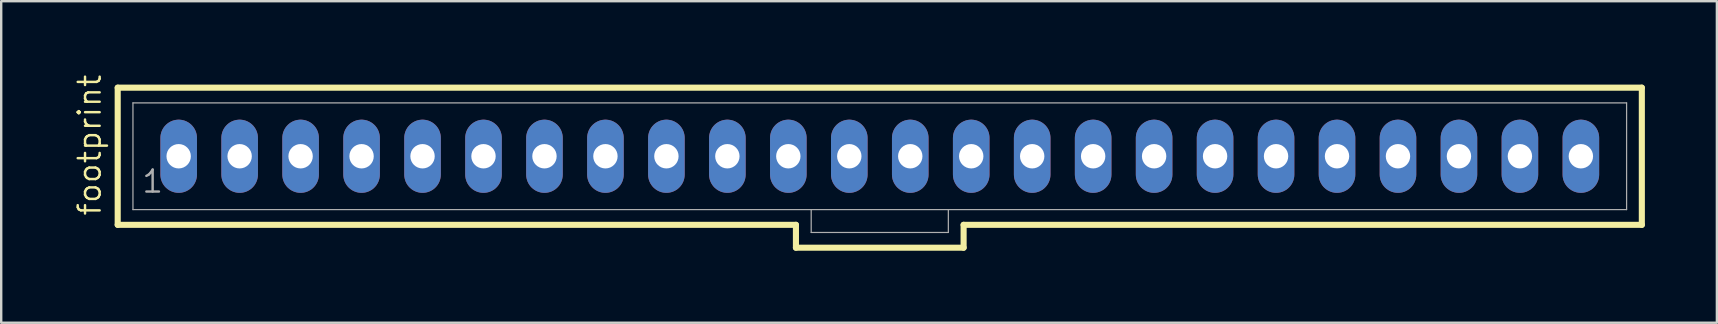
<source format=kicad_pcb>
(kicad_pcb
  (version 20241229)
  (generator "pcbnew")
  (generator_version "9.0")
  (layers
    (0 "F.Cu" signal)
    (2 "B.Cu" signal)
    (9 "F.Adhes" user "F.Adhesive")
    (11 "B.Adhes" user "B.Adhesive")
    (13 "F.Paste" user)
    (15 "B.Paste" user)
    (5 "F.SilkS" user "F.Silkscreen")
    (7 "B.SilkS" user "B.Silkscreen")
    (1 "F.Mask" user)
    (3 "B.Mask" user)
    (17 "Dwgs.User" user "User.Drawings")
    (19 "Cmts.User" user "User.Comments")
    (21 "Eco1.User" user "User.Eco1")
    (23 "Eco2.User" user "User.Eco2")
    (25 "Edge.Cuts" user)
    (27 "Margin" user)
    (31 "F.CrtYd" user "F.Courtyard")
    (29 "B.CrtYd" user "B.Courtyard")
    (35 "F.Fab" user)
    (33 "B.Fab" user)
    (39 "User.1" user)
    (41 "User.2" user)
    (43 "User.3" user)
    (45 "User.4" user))
  (footprint "footprint"
    (layer "F.Cu")
    (at 33.604 3.46)
    (property "Reference" "footprint" (at -32.385 2.54 90) (layer "F.SilkS") (effects (font (size 0.914 0.914) (thickness 0.102)) (justify left bottom)))
    (fp_line (start -31.75 -2.857) (end -31.75 2.857) (stroke (width 0.254) (type solid)) (layer "F.SilkS"))
    (fp_line (start -31.75 2.857) (end -3.493 2.857) (stroke (width 0.254) (type solid)) (layer "F.SilkS"))
    (fp_line (start -3.493 2.857) (end -3.493 3.81) (stroke (width 0.254) (type solid)) (layer "F.SilkS"))
    (fp_line (start -3.493 3.81) (end 3.493 3.81) (stroke (width 0.254) (type solid)) (layer "F.SilkS"))
    (fp_line (start 3.493 2.857) (end 31.75 2.857) (stroke (width 0.254) (type solid)) (layer "F.SilkS"))
    (fp_line (start 3.493 3.81) (end 3.493 2.857) (stroke (width 0.254) (type solid)) (layer "F.SilkS"))
    (fp_line (start 31.75 -2.857) (end -31.75 -2.857) (stroke (width 0.254) (type solid)) (layer "F.SilkS"))
    (fp_line (start 31.75 2.857) (end 31.75 -2.857) (stroke (width 0.254) (type solid)) (layer "F.SilkS"))
    (fp_line (start -31.115 -2.223) (end -31.115 2.223) (stroke (width 0.051) (type solid)) (layer "F.Fab"))
    (fp_line (start -31.115 -2.223) (end 31.115 -2.223) (stroke (width 0.051) (type solid)) (layer "F.Fab"))
    (fp_line (start -31.115 2.223) (end -2.857 2.223) (stroke (width 0.051) (type solid)) (layer "F.Fab"))
    (fp_line (start -2.857 2.223) (end -2.857 3.175) (stroke (width 0.051) (type solid)) (layer "F.Fab"))
    (fp_line (start -2.857 2.223) (end 2.857 2.223) (stroke (width 0.051) (type solid)) (layer "F.Fab"))
    (fp_line (start 2.857 2.223) (end 2.857 3.175) (stroke (width 0.051) (type solid)) (layer "F.Fab"))
    (fp_line (start 2.857 2.223) (end 31.115 2.223) (stroke (width 0.051) (type solid)) (layer "F.Fab"))
    (fp_line (start 2.857 3.175) (end -2.857 3.175) (stroke (width 0.051) (type solid)) (layer "F.Fab"))
    (fp_line (start 31.115 -2.223) (end 31.115 2.223) (stroke (width 0.051) (type solid)) (layer "F.Fab"))
    (fp_poly (pts (xy -29.448 0.238) (xy -28.972 0.238) (xy -28.972 -0.238) (xy -29.448 -0.238)) (stroke (width 0.1) (type solid)) (fill no) (layer "F.Fab"))
    (fp_poly (pts (xy -26.908 0.238) (xy -26.432 0.238) (xy -26.432 -0.238) (xy -26.908 -0.238)) (stroke (width 0.1) (type solid)) (fill no) (layer "F.Fab"))
    (fp_poly (pts (xy -24.368 0.238) (xy -23.892 0.238) (xy -23.892 -0.238) (xy -24.368 -0.238)) (stroke (width 0.1) (type solid)) (fill no) (layer "F.Fab"))
    (fp_poly (pts (xy -21.828 0.238) (xy -21.352 0.238) (xy -21.352 -0.238) (xy -21.828 -0.238)) (stroke (width 0.1) (type solid)) (fill no) (layer "F.Fab"))
    (fp_poly (pts (xy -19.288 0.238) (xy -18.812 0.238) (xy -18.812 -0.238) (xy -19.288 -0.238)) (stroke (width 0.1) (type solid)) (fill no) (layer "F.Fab"))
    (fp_poly (pts (xy -16.748 0.238) (xy -16.272 0.238) (xy -16.272 -0.238) (xy -16.748 -0.238)) (stroke (width 0.1) (type solid)) (fill no) (layer "F.Fab"))
    (fp_poly (pts (xy -14.208 0.238) (xy -13.732 0.238) (xy -13.732 -0.238) (xy -14.208 -0.238)) (stroke (width 0.1) (type solid)) (fill no) (layer "F.Fab"))
    (fp_poly (pts (xy -11.668 0.238) (xy -11.192 0.238) (xy -11.192 -0.238) (xy -11.668 -0.238)) (stroke (width 0.1) (type solid)) (fill no) (layer "F.Fab"))
    (fp_poly (pts (xy -9.128 0.238) (xy -8.652 0.238) (xy -8.652 -0.238) (xy -9.128 -0.238)) (stroke (width 0.1) (type solid)) (fill no) (layer "F.Fab"))
    (fp_poly (pts (xy -6.588 0.238) (xy -6.112 0.238) (xy -6.112 -0.238) (xy -6.588 -0.238)) (stroke (width 0.1) (type solid)) (fill no) (layer "F.Fab"))
    (fp_poly (pts (xy -4.048 0.238) (xy -3.572 0.238) (xy -3.572 -0.238) (xy -4.048 -0.238)) (stroke (width 0.1) (type solid)) (fill no) (layer "F.Fab"))
    (fp_poly (pts (xy -1.508 0.238) (xy -1.032 0.238) (xy -1.032 -0.238) (xy -1.508 -0.238)) (stroke (width 0.1) (type solid)) (fill no) (layer "F.Fab"))
    (fp_poly (pts (xy 1.032 0.238) (xy 1.508 0.238) (xy 1.508 -0.238) (xy 1.032 -0.238)) (stroke (width 0.1) (type solid)) (fill no) (layer "F.Fab"))
    (fp_poly (pts (xy 3.572 0.238) (xy 4.048 0.238) (xy 4.048 -0.238) (xy 3.572 -0.238)) (stroke (width 0.1) (type solid)) (fill no) (layer "F.Fab"))
    (fp_poly (pts (xy 6.112 0.238) (xy 6.588 0.238) (xy 6.588 -0.238) (xy 6.112 -0.238)) (stroke (width 0.1) (type solid)) (fill no) (layer "F.Fab"))
    (fp_poly (pts (xy 8.652 0.238) (xy 9.128 0.238) (xy 9.128 -0.238) (xy 8.652 -0.238)) (stroke (width 0.1) (type solid)) (fill no) (layer "F.Fab"))
    (fp_poly (pts (xy 11.192 0.238) (xy 11.668 0.238) (xy 11.668 -0.238) (xy 11.192 -0.238)) (stroke (width 0.1) (type solid)) (fill no) (layer "F.Fab"))
    (fp_poly (pts (xy 13.732 0.238) (xy 14.208 0.238) (xy 14.208 -0.238) (xy 13.732 -0.238)) (stroke (width 0.1) (type solid)) (fill no) (layer "F.Fab"))
    (fp_poly (pts (xy 16.272 0.238) (xy 16.748 0.238) (xy 16.748 -0.238) (xy 16.272 -0.238)) (stroke (width 0.1) (type solid)) (fill no) (layer "F.Fab"))
    (fp_poly (pts (xy 18.812 0.238) (xy 19.288 0.238) (xy 19.288 -0.238) (xy 18.812 -0.238)) (stroke (width 0.1) (type solid)) (fill no) (layer "F.Fab"))
    (fp_poly (pts (xy 21.352 0.238) (xy 21.828 0.238) (xy 21.828 -0.238) (xy 21.352 -0.238)) (stroke (width 0.1) (type solid)) (fill no) (layer "F.Fab"))
    (fp_poly (pts (xy 23.892 0.238) (xy 24.368 0.238) (xy 24.368 -0.238) (xy 23.892 -0.238)) (stroke (width 0.1) (type solid)) (fill no) (layer "F.Fab"))
    (fp_poly (pts (xy 26.432 0.238) (xy 26.908 0.238) (xy 26.908 -0.238) (xy 26.432 -0.238)) (stroke (width 0.1) (type solid)) (fill no) (layer "F.Fab"))
    (fp_poly (pts (xy 28.972 0.238) (xy 29.448 0.238) (xy 29.448 -0.238) (xy 28.972 -0.238)) (stroke (width 0.1) (type solid)) (fill no) (layer "F.Fab"))
    (fp_text user "1" (at -30.797 1.587 0) (layer "F.Fab") (effects (font (size 0.914 0.914) (thickness 0.102)) (justify left bottom)))
    (pad "1" thru_hole oval (at -29.21 0 90) (size 3.048 1.524) (drill 1.016) (layers "*.Cu" "*.Mask"))
    (pad "2" thru_hole oval (at -26.67 0 90) (size 3.048 1.524) (drill 1.016) (layers "*.Cu" "*.Mask"))
    (pad "3" thru_hole oval (at -24.13 0 90) (size 3.048 1.524) (drill 1.016) (layers "*.Cu" "*.Mask"))
    (pad "4" thru_hole oval (at -21.59 0 90) (size 3.048 1.524) (drill 1.016) (layers "*.Cu" "*.Mask"))
    (pad "5" thru_hole oval (at -19.05 0 90) (size 3.048 1.524) (drill 1.016) (layers "*.Cu" "*.Mask"))
    (pad "6" thru_hole oval (at -16.51 0 90) (size 3.048 1.524) (drill 1.016) (layers "*.Cu" "*.Mask"))
    (pad "7" thru_hole oval (at -13.97 0 90) (size 3.048 1.524) (drill 1.016) (layers "*.Cu" "*.Mask"))
    (pad "8" thru_hole oval (at -11.43 0 90) (size 3.048 1.524) (drill 1.016) (layers "*.Cu" "*.Mask"))
    (pad "9" thru_hole oval (at -8.89 0 90) (size 3.048 1.524) (drill 1.016) (layers "*.Cu" "*.Mask"))
    (pad "10" thru_hole oval (at -6.35 0 90) (size 3.048 1.524) (drill 1.016) (layers "*.Cu" "*.Mask"))
    (pad "11" thru_hole oval (at -3.81 0 90) (size 3.048 1.524) (drill 1.016) (layers "*.Cu" "*.Mask"))
    (pad "12" thru_hole oval (at -1.27 0 90) (size 3.048 1.524) (drill 1.016) (layers "*.Cu" "*.Mask"))
    (pad "13" thru_hole oval (at 1.27 0 90) (size 3.048 1.524) (drill 1.016) (layers "*.Cu" "*.Mask"))
    (pad "14" thru_hole oval (at 3.81 0 90) (size 3.048 1.524) (drill 1.016) (layers "*.Cu" "*.Mask"))
    (pad "15" thru_hole oval (at 6.35 0 90) (size 3.048 1.524) (drill 1.016) (layers "*.Cu" "*.Mask"))
    (pad "16" thru_hole oval (at 8.89 0 90) (size 3.048 1.524) (drill 1.016) (layers "*.Cu" "*.Mask"))
    (pad "17" thru_hole oval (at 11.43 0 90) (size 3.048 1.524) (drill 1.016) (layers "*.Cu" "*.Mask"))
    (pad "18" thru_hole oval (at 13.97 0 90) (size 3.048 1.524) (drill 1.016) (layers "*.Cu" "*.Mask"))
    (pad "19" thru_hole oval (at 16.51 0 90) (size 3.048 1.524) (drill 1.016) (layers "*.Cu" "*.Mask"))
    (pad "20" thru_hole oval (at 19.05 0 90) (size 3.048 1.524) (drill 1.016) (layers "*.Cu" "*.Mask"))
    (pad "21" thru_hole oval (at 21.59 0 90) (size 3.048 1.524) (drill 1.016) (layers "*.Cu" "*.Mask"))
    (pad "22" thru_hole oval (at 24.13 0 90) (size 3.048 1.524) (drill 1.016) (layers "*.Cu" "*.Mask"))
    (pad "23" thru_hole oval (at 26.67 0 90) (size 3.048 1.524) (drill 1.016) (layers "*.Cu" "*.Mask"))
    (pad "24" thru_hole oval (at 29.21 0 90) (size 3.048 1.524) (drill 1.016) (layers "*.Cu" "*.Mask")))
  (gr_rect
    (start -3 -3)
    (end 68.481 10.397)
    (stroke (width 0.1) (type default))
    (fill no)
    (layer "Edge.Cuts")))
</source>
